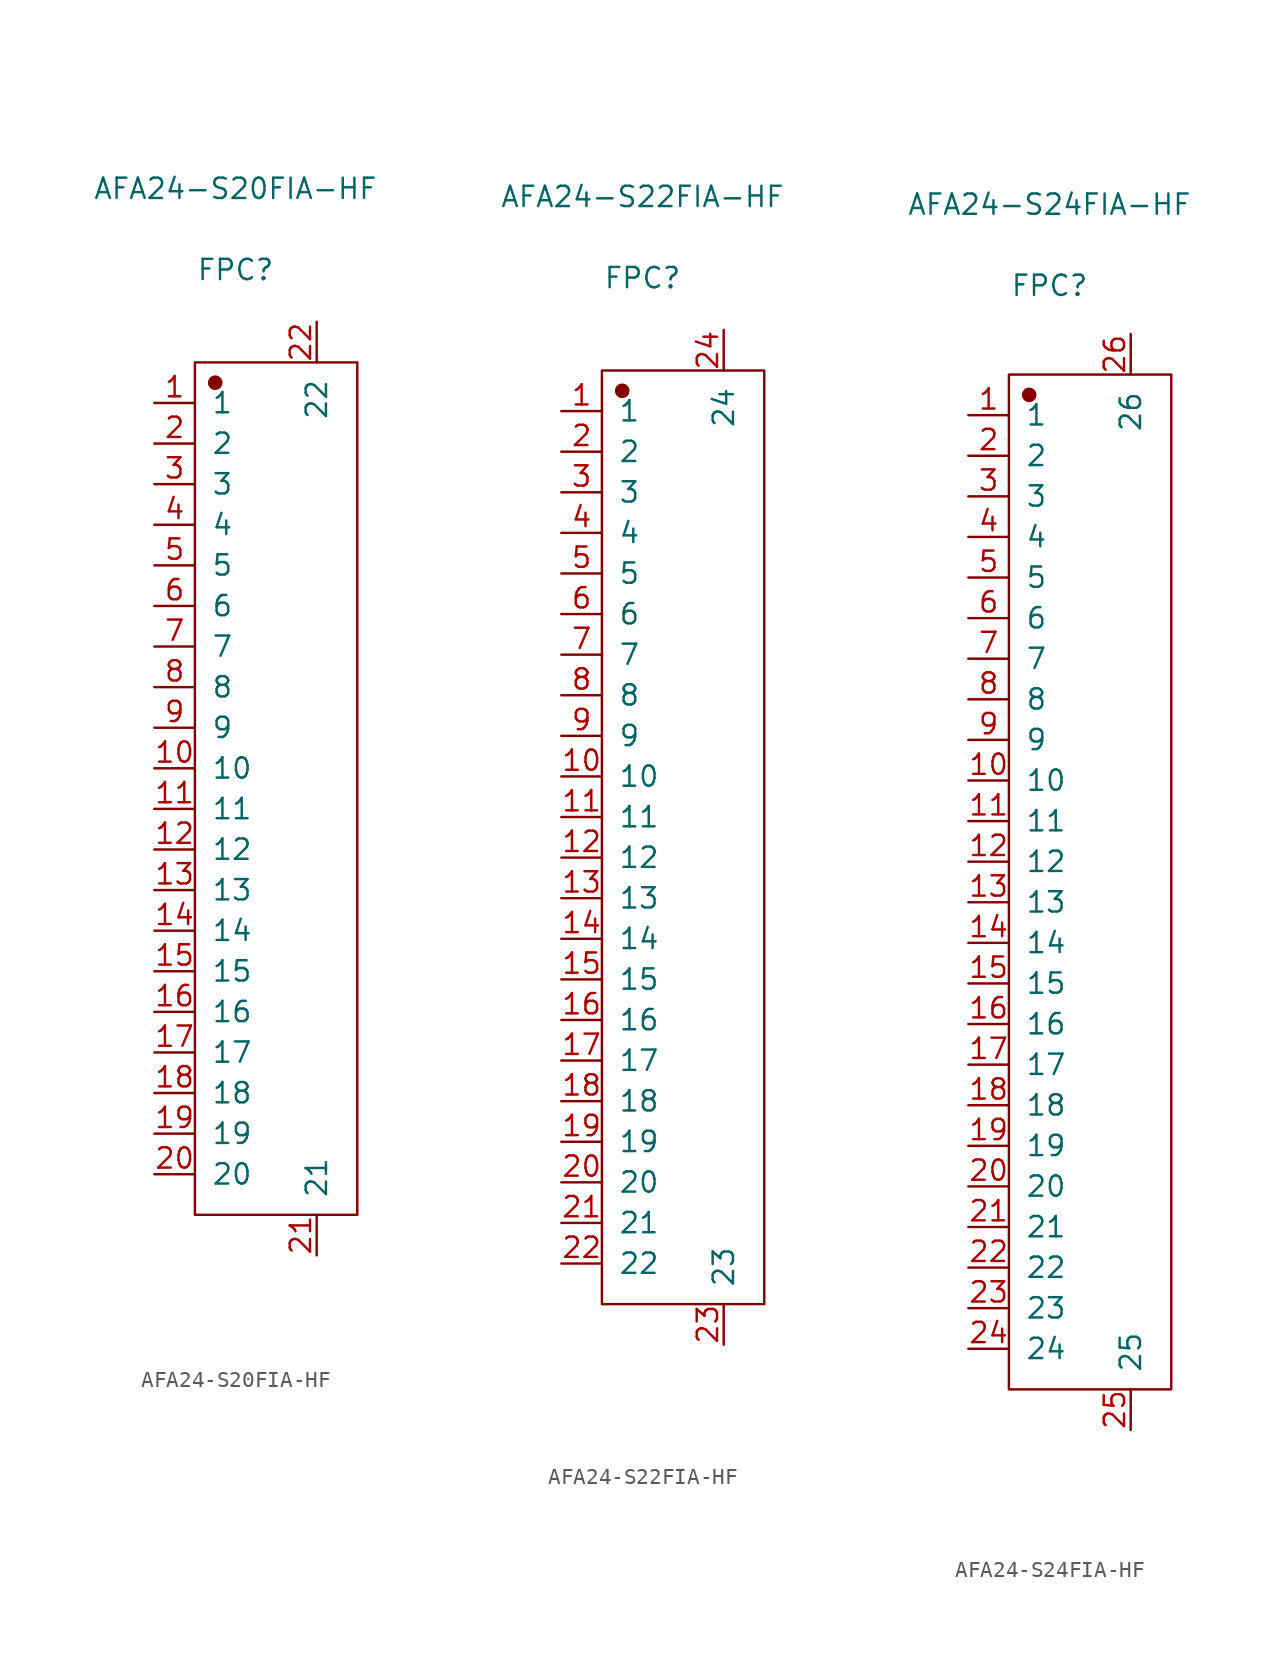
<source format=kicad_sym>
(kicad_symbol_lib
  (version 20231120)
  (generator "kicad_symbol_editor")
  (generator_version "8.0")
  (symbol "AFA24-S20FIA-HF"
    (pin_names
      (offset 1.016))
    (property "Reference" "FPC"
      (at 0 33.731 0)
      (effects (font (size 1.27 1.27))))
    (property "Value" "AFA24-S20FIA-HF"
      (at 0 38.811 0)
      (effects (font (size 1.27 1.27))))
    (symbol "AFA24-S20FIA-HF_1_1"
      (rectangle (start -2.54 27.94) (end 7.62 -25.4) (stroke (width 0.152) (type solid)) (fill (type none)))
      (circle (center -1.27 26.67) (radius 0.381) (stroke (width 0.152) (type solid)) (fill (type outline)))
      (pin passive line (at -5.08 25.4 0) (length 2.54) (name "1" (effects (font (size 1.27 1.27)))) (number "1" (effects (font (size 1.27 1.27)))))
      (pin passive line (at -5.08 2.54 0) (length 2.54) (name "10" (effects (font (size 1.27 1.27)))) (number "10" (effects (font (size 1.27 1.27)))))
      (pin passive line (at -5.08 0 0) (length 2.54) (name "11" (effects (font (size 1.27 1.27)))) (number "11" (effects (font (size 1.27 1.27)))))
      (pin passive line (at -5.08 -2.54 0) (length 2.54) (name "12" (effects (font (size 1.27 1.27)))) (number "12" (effects (font (size 1.27 1.27)))))
      (pin passive line (at -5.08 -5.08 0) (length 2.54) (name "13" (effects (font (size 1.27 1.27)))) (number "13" (effects (font (size 1.27 1.27)))))
      (pin passive line (at -5.08 -7.62 0) (length 2.54) (name "14" (effects (font (size 1.27 1.27)))) (number "14" (effects (font (size 1.27 1.27)))))
      (pin passive line (at -5.08 -10.16 0) (length 2.54) (name "15" (effects (font (size 1.27 1.27)))) (number "15" (effects (font (size 1.27 1.27)))))
      (pin passive line (at -5.08 -12.7 0) (length 2.54) (name "16" (effects (font (size 1.27 1.27)))) (number "16" (effects (font (size 1.27 1.27)))))
      (pin passive line (at -5.08 -15.24 0) (length 2.54) (name "17" (effects (font (size 1.27 1.27)))) (number "17" (effects (font (size 1.27 1.27)))))
      (pin passive line (at -5.08 -17.78 0) (length 2.54) (name "18" (effects (font (size 1.27 1.27)))) (number "18" (effects (font (size 1.27 1.27)))))
      (pin passive line (at -5.08 -20.32 0) (length 2.54) (name "19" (effects (font (size 1.27 1.27)))) (number "19" (effects (font (size 1.27 1.27)))))
      (pin passive line (at -5.08 22.86 0) (length 2.54) (name "2" (effects (font (size 1.27 1.27)))) (number "2" (effects (font (size 1.27 1.27)))))
      (pin passive line (at -5.08 -22.86 0) (length 2.54) (name "20" (effects (font (size 1.27 1.27)))) (number "20" (effects (font (size 1.27 1.27)))))
      (pin free line (at 5.08 -27.94 90) (length 2.54) (name "21" (effects (font (size 1.27 1.27)))) (number "21" (effects (font (size 1.27 1.27)))))
      (pin free line (at 5.08 30.48 270) (length 2.54) (name "22" (effects (font (size 1.27 1.27)))) (number "22" (effects (font (size 1.27 1.27)))))
      (pin passive line (at -5.08 20.32 0) (length 2.54) (name "3" (effects (font (size 1.27 1.27)))) (number "3" (effects (font (size 1.27 1.27)))))
      (pin passive line (at -5.08 17.78 0) (length 2.54) (name "4" (effects (font (size 1.27 1.27)))) (number "4" (effects (font (size 1.27 1.27)))))
      (pin passive line (at -5.08 15.24 0) (length 2.54) (name "5" (effects (font (size 1.27 1.27)))) (number "5" (effects (font (size 1.27 1.27)))))
      (pin passive line (at -5.08 12.7 0) (length 2.54) (name "6" (effects (font (size 1.27 1.27)))) (number "6" (effects (font (size 1.27 1.27)))))
      (pin passive line (at -5.08 10.16 0) (length 2.54) (name "7" (effects (font (size 1.27 1.27)))) (number "7" (effects (font (size 1.27 1.27)))))
      (pin passive line (at -5.08 7.62 0) (length 2.54) (name "8" (effects (font (size 1.27 1.27)))) (number "8" (effects (font (size 1.27 1.27)))))
      (pin passive line (at -5.08 5.08 0) (length 2.54) (name "9" (effects (font (size 1.27 1.27)))) (number "9" (effects (font (size 1.27 1.27)))))))
  (symbol "AFA24-S22FIA-HF"
    (pin_names
      (offset 1.016))
    (property "Reference" "FPC"
      (at 0 36.271 0)
      (effects (font (size 1.27 1.27))))
    (property "Value" "AFA24-S22FIA-HF"
      (at 0 41.351 0)
      (effects (font (size 1.27 1.27))))
    (symbol "AFA24-S22FIA-HF_1_1"
      (rectangle (start -2.54 30.48) (end 7.62 -27.94) (stroke (width 0.152) (type solid)) (fill (type none)))
      (circle (center -1.27 29.21) (radius 0.381) (stroke (width 0.152) (type solid)) (fill (type outline)))
      (pin passive line (at -5.08 27.94 0) (length 2.54) (name "1" (effects (font (size 1.27 1.27)))) (number "1" (effects (font (size 1.27 1.27)))))
      (pin passive line (at -5.08 5.08 0) (length 2.54) (name "10" (effects (font (size 1.27 1.27)))) (number "10" (effects (font (size 1.27 1.27)))))
      (pin passive line (at -5.08 2.54 0) (length 2.54) (name "11" (effects (font (size 1.27 1.27)))) (number "11" (effects (font (size 1.27 1.27)))))
      (pin passive line (at -5.08 0 0) (length 2.54) (name "12" (effects (font (size 1.27 1.27)))) (number "12" (effects (font (size 1.27 1.27)))))
      (pin passive line (at -5.08 -2.54 0) (length 2.54) (name "13" (effects (font (size 1.27 1.27)))) (number "13" (effects (font (size 1.27 1.27)))))
      (pin passive line (at -5.08 -5.08 0) (length 2.54) (name "14" (effects (font (size 1.27 1.27)))) (number "14" (effects (font (size 1.27 1.27)))))
      (pin passive line (at -5.08 -7.62 0) (length 2.54) (name "15" (effects (font (size 1.27 1.27)))) (number "15" (effects (font (size 1.27 1.27)))))
      (pin passive line (at -5.08 -10.16 0) (length 2.54) (name "16" (effects (font (size 1.27 1.27)))) (number "16" (effects (font (size 1.27 1.27)))))
      (pin passive line (at -5.08 -12.7 0) (length 2.54) (name "17" (effects (font (size 1.27 1.27)))) (number "17" (effects (font (size 1.27 1.27)))))
      (pin passive line (at -5.08 -15.24 0) (length 2.54) (name "18" (effects (font (size 1.27 1.27)))) (number "18" (effects (font (size 1.27 1.27)))))
      (pin passive line (at -5.08 -17.78 0) (length 2.54) (name "19" (effects (font (size 1.27 1.27)))) (number "19" (effects (font (size 1.27 1.27)))))
      (pin passive line (at -5.08 25.4 0) (length 2.54) (name "2" (effects (font (size 1.27 1.27)))) (number "2" (effects (font (size 1.27 1.27)))))
      (pin passive line (at -5.08 -20.32 0) (length 2.54) (name "20" (effects (font (size 1.27 1.27)))) (number "20" (effects (font (size 1.27 1.27)))))
      (pin passive line (at -5.08 -22.86 0) (length 2.54) (name "21" (effects (font (size 1.27 1.27)))) (number "21" (effects (font (size 1.27 1.27)))))
      (pin passive line (at -5.08 -25.4 0) (length 2.54) (name "22" (effects (font (size 1.27 1.27)))) (number "22" (effects (font (size 1.27 1.27)))))
      (pin free line (at 5.08 -30.48 90) (length 2.54) (name "23" (effects (font (size 1.27 1.27)))) (number "23" (effects (font (size 1.27 1.27)))))
      (pin free line (at 5.08 33.02 270) (length 2.54) (name "24" (effects (font (size 1.27 1.27)))) (number "24" (effects (font (size 1.27 1.27)))))
      (pin passive line (at -5.08 22.86 0) (length 2.54) (name "3" (effects (font (size 1.27 1.27)))) (number "3" (effects (font (size 1.27 1.27)))))
      (pin passive line (at -5.08 20.32 0) (length 2.54) (name "4" (effects (font (size 1.27 1.27)))) (number "4" (effects (font (size 1.27 1.27)))))
      (pin passive line (at -5.08 17.78 0) (length 2.54) (name "5" (effects (font (size 1.27 1.27)))) (number "5" (effects (font (size 1.27 1.27)))))
      (pin passive line (at -5.08 15.24 0) (length 2.54) (name "6" (effects (font (size 1.27 1.27)))) (number "6" (effects (font (size 1.27 1.27)))))
      (pin passive line (at -5.08 12.7 0) (length 2.54) (name "7" (effects (font (size 1.27 1.27)))) (number "7" (effects (font (size 1.27 1.27)))))
      (pin passive line (at -5.08 10.16 0) (length 2.54) (name "8" (effects (font (size 1.27 1.27)))) (number "8" (effects (font (size 1.27 1.27)))))
      (pin passive line (at -5.08 7.62 0) (length 2.54) (name "9" (effects (font (size 1.27 1.27)))) (number "9" (effects (font (size 1.27 1.27)))))))
  (symbol "AFA24-S24FIA-HF"
    (pin_names
      (offset 1.016))
    (property "Reference" "FPC"
      (at 0 38.583 0)
      (effects (font (size 1.27 1.27))))
    (property "Value" "AFA24-S24FIA-HF"
      (at 0 43.663 0)
      (effects (font (size 1.27 1.27))))
    (symbol "AFA24-S24FIA-HF_1_1"
      (rectangle (start -2.54 33.02) (end 7.62 -30.48) (stroke (width 0.152) (type solid)) (fill (type none)))
      (circle (center -1.27 31.75) (radius 0.381) (stroke (width 0.152) (type solid)) (fill (type outline)))
      (pin passive line (at -5.08 30.48 0) (length 2.54) (name "1" (effects (font (size 1.27 1.27)))) (number "1" (effects (font (size 1.27 1.27)))))
      (pin passive line (at -5.08 7.62 0) (length 2.54) (name "10" (effects (font (size 1.27 1.27)))) (number "10" (effects (font (size 1.27 1.27)))))
      (pin passive line (at -5.08 5.08 0) (length 2.54) (name "11" (effects (font (size 1.27 1.27)))) (number "11" (effects (font (size 1.27 1.27)))))
      (pin passive line (at -5.08 2.54 0) (length 2.54) (name "12" (effects (font (size 1.27 1.27)))) (number "12" (effects (font (size 1.27 1.27)))))
      (pin passive line (at -5.08 0 0) (length 2.54) (name "13" (effects (font (size 1.27 1.27)))) (number "13" (effects (font (size 1.27 1.27)))))
      (pin passive line (at -5.08 -2.54 0) (length 2.54) (name "14" (effects (font (size 1.27 1.27)))) (number "14" (effects (font (size 1.27 1.27)))))
      (pin passive line (at -5.08 -5.08 0) (length 2.54) (name "15" (effects (font (size 1.27 1.27)))) (number "15" (effects (font (size 1.27 1.27)))))
      (pin passive line (at -5.08 -7.62 0) (length 2.54) (name "16" (effects (font (size 1.27 1.27)))) (number "16" (effects (font (size 1.27 1.27)))))
      (pin passive line (at -5.08 -10.16 0) (length 2.54) (name "17" (effects (font (size 1.27 1.27)))) (number "17" (effects (font (size 1.27 1.27)))))
      (pin passive line (at -5.08 -12.7 0) (length 2.54) (name "18" (effects (font (size 1.27 1.27)))) (number "18" (effects (font (size 1.27 1.27)))))
      (pin passive line (at -5.08 -15.24 0) (length 2.54) (name "19" (effects (font (size 1.27 1.27)))) (number "19" (effects (font (size 1.27 1.27)))))
      (pin passive line (at -5.08 27.94 0) (length 2.54) (name "2" (effects (font (size 1.27 1.27)))) (number "2" (effects (font (size 1.27 1.27)))))
      (pin passive line (at -5.08 -17.78 0) (length 2.54) (name "20" (effects (font (size 1.27 1.27)))) (number "20" (effects (font (size 1.27 1.27)))))
      (pin passive line (at -5.08 -20.32 0) (length 2.54) (name "21" (effects (font (size 1.27 1.27)))) (number "21" (effects (font (size 1.27 1.27)))))
      (pin passive line (at -5.08 -22.86 0) (length 2.54) (name "22" (effects (font (size 1.27 1.27)))) (number "22" (effects (font (size 1.27 1.27)))))
      (pin passive line (at -5.08 -25.4 0) (length 2.54) (name "23" (effects (font (size 1.27 1.27)))) (number "23" (effects (font (size 1.27 1.27)))))
      (pin passive line (at -5.08 -27.94 0) (length 2.54) (name "24" (effects (font (size 1.27 1.27)))) (number "24" (effects (font (size 1.27 1.27)))))
      (pin free line (at 5.08 -33.02 90) (length 2.54) (name "25" (effects (font (size 1.27 1.27)))) (number "25" (effects (font (size 1.27 1.27)))))
      (pin free line (at 5.08 35.56 270) (length 2.54) (name "26" (effects (font (size 1.27 1.27)))) (number "26" (effects (font (size 1.27 1.27)))))
      (pin passive line (at -5.08 25.4 0) (length 2.54) (name "3" (effects (font (size 1.27 1.27)))) (number "3" (effects (font (size 1.27 1.27)))))
      (pin passive line (at -5.08 22.86 0) (length 2.54) (name "4" (effects (font (size 1.27 1.27)))) (number "4" (effects (font (size 1.27 1.27)))))
      (pin passive line (at -5.08 20.32 0) (length 2.54) (name "5" (effects (font (size 1.27 1.27)))) (number "5" (effects (font (size 1.27 1.27)))))
      (pin passive line (at -5.08 17.78 0) (length 2.54) (name "6" (effects (font (size 1.27 1.27)))) (number "6" (effects (font (size 1.27 1.27)))))
      (pin passive line (at -5.08 15.24 0) (length 2.54) (name "7" (effects (font (size 1.27 1.27)))) (number "7" (effects (font (size 1.27 1.27)))))
      (pin passive line (at -5.08 12.7 0) (length 2.54) (name "8" (effects (font (size 1.27 1.27)))) (number "8" (effects (font (size 1.27 1.27)))))
      (pin passive line (at -5.08 10.16 0) (length 2.54) (name "9" (effects (font (size 1.27 1.27)))) (number "9" (effects (font (size 1.27 1.27))))))))
</source>
